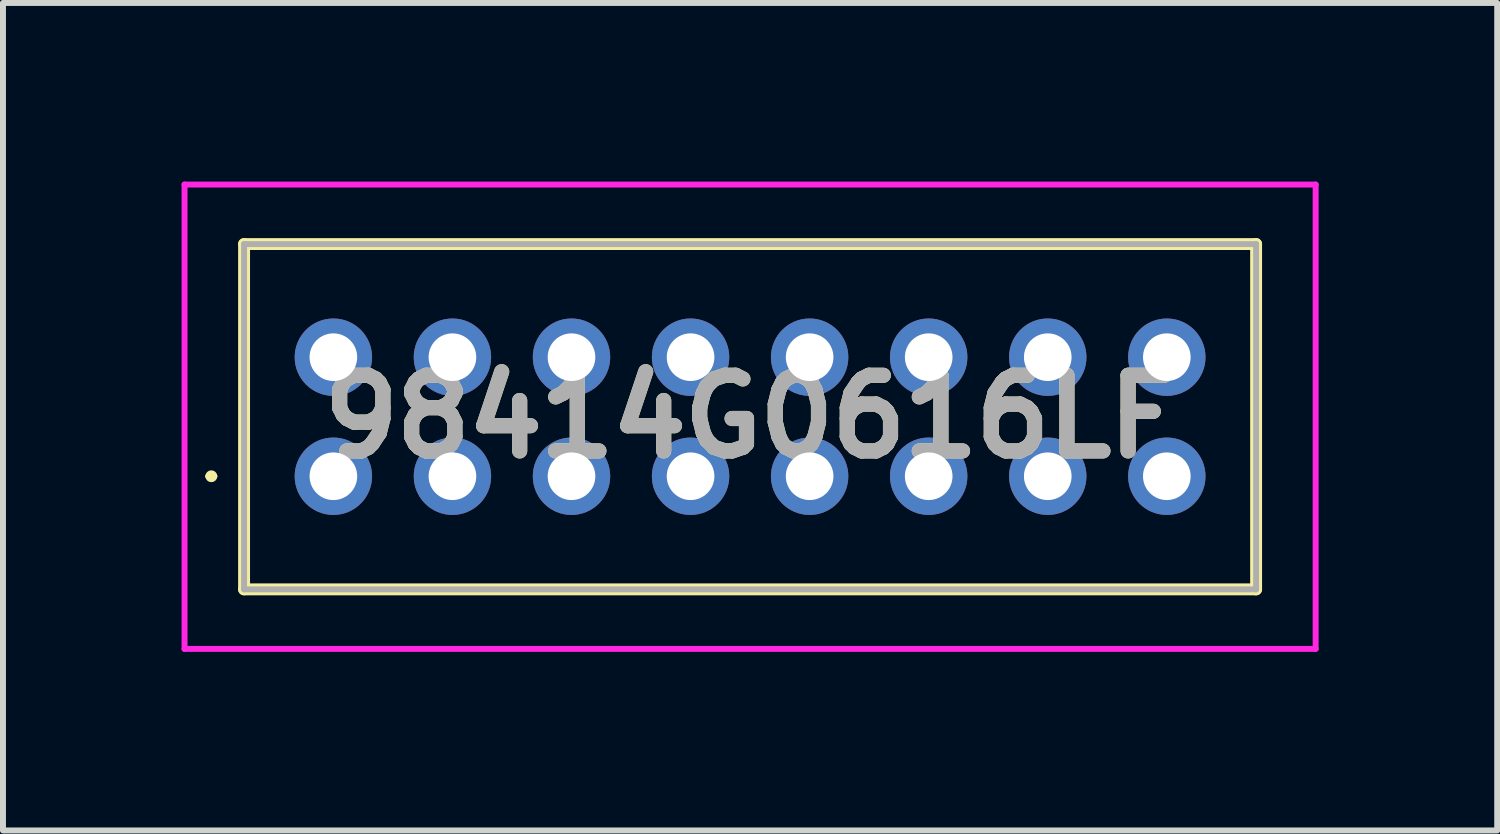
<source format=kicad_pcb>
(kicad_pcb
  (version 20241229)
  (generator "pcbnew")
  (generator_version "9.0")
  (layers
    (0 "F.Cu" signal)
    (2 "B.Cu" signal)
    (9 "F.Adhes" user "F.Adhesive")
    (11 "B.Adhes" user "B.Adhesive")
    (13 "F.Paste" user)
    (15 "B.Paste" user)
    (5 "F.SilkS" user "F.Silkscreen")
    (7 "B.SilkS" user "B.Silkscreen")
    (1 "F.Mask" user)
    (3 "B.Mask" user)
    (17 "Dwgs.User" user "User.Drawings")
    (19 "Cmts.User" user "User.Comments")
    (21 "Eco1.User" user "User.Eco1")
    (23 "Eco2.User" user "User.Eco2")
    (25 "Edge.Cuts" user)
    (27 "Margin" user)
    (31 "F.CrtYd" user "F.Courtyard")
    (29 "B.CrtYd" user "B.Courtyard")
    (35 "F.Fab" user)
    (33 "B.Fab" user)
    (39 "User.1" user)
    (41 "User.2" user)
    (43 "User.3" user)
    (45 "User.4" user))
  (footprint "98414G0616LF"
    (layer "F.Cu")
    (at 2.55 4.95)
    (property "Reference" "98414G0616LF" (at 7 -1 0) (layer "F.SilkS") (effects (font (size 1.27 1.27) (thickness 0.254))))
    (attr through_hole)
    (fp_line (start -2.1 0) (end -2.1 0) (stroke (width 0.1) (type solid)) (layer "F.SilkS"))
    (fp_line (start -2 0) (end -2 0) (stroke (width 0.1) (type solid)) (layer "F.SilkS"))
    (fp_line (start -1.5 -3.9) (end 15.5 -3.9) (stroke (width 0.2) (type solid)) (layer "F.SilkS"))
    (fp_line (start -1.5 1.9) (end -1.5 -3.9) (stroke (width 0.2) (type solid)) (layer "F.SilkS"))
    (fp_line (start 15.5 -3.9) (end 15.5 1.9) (stroke (width 0.2) (type solid)) (layer "F.SilkS"))
    (fp_line (start 15.5 1.9) (end -1.5 1.9) (stroke (width 0.2) (type solid)) (layer "F.SilkS"))
    (fp_arc (start -2.1 0) (mid -2.05 -0.05) (end -2 0) (stroke (width 0.1) (type solid)) (layer "F.SilkS"))
    (fp_arc (start -2 0) (mid -2.05 0.05) (end -2.1 0) (stroke (width 0.1) (type solid)) (layer "F.SilkS"))
    (fp_line (start -2.5 -4.9) (end 16.5 -4.9) (stroke (width 0.1) (type solid)) (layer "F.CrtYd"))
    (fp_line (start -2.5 2.9) (end -2.5 -4.9) (stroke (width 0.1) (type solid)) (layer "F.CrtYd"))
    (fp_line (start 16.5 -4.9) (end 16.5 2.9) (stroke (width 0.1) (type solid)) (layer "F.CrtYd"))
    (fp_line (start 16.5 2.9) (end -2.5 2.9) (stroke (width 0.1) (type solid)) (layer "F.CrtYd"))
    (fp_line (start -1.5 -3.9) (end 15.5 -3.9) (stroke (width 0.1) (type solid)) (layer "F.Fab"))
    (fp_line (start -1.5 1.9) (end -1.5 -3.9) (stroke (width 0.1) (type solid)) (layer "F.Fab"))
    (fp_line (start 15.5 -3.9) (end 15.5 1.9) (stroke (width 0.1) (type solid)) (layer "F.Fab"))
    (fp_line (start 15.5 1.9) (end -1.5 1.9) (stroke (width 0.1) (type solid)) (layer "F.Fab"))
    (fp_text user "${REFERENCE}" (at 7 -1 0) (layer "F.Fab") (effects (font (size 1.27 1.27) (thickness 0.254))))
    (pad "A1" thru_hole circle (at 0 0) (size 1.3 1.3) (drill 0.8) (layers "*.Cu" "*.Mask"))
    (pad "A2" thru_hole circle (at 2 0) (size 1.3 1.3) (drill 0.8) (layers "*.Cu" "*.Mask"))
    (pad "A3" thru_hole circle (at 4 0) (size 1.3 1.3) (drill 0.8) (layers "*.Cu" "*.Mask"))
    (pad "A4" thru_hole circle (at 6 0) (size 1.3 1.3) (drill 0.8) (layers "*.Cu" "*.Mask"))
    (pad "A5" thru_hole circle (at 8 0) (size 1.3 1.3) (drill 0.8) (layers "*.Cu" "*.Mask"))
    (pad "A6" thru_hole circle (at 10 0) (size 1.3 1.3) (drill 0.8) (layers "*.Cu" "*.Mask"))
    (pad "A7" thru_hole circle (at 12 0) (size 1.3 1.3) (drill 0.8) (layers "*.Cu" "*.Mask"))
    (pad "A8" thru_hole circle (at 14 0) (size 1.3 1.3) (drill 0.8) (layers "*.Cu" "*.Mask"))
    (pad "B1" thru_hole circle (at 0 -2) (size 1.3 1.3) (drill 0.8) (layers "*.Cu" "*.Mask"))
    (pad "B2" thru_hole circle (at 2 -2) (size 1.3 1.3) (drill 0.8) (layers "*.Cu" "*.Mask"))
    (pad "B3" thru_hole circle (at 4 -2) (size 1.3 1.3) (drill 0.8) (layers "*.Cu" "*.Mask"))
    (pad "B4" thru_hole circle (at 6 -2) (size 1.3 1.3) (drill 0.8) (layers "*.Cu" "*.Mask"))
    (pad "B5" thru_hole circle (at 8 -2) (size 1.3 1.3) (drill 0.8) (layers "*.Cu" "*.Mask"))
    (pad "B6" thru_hole circle (at 10 -2) (size 1.3 1.3) (drill 0.8) (layers "*.Cu" "*.Mask"))
    (pad "B7" thru_hole circle (at 12 -2) (size 1.3 1.3) (drill 0.8) (layers "*.Cu" "*.Mask"))
    (pad "B8" thru_hole circle (at 14 -2) (size 1.3 1.3) (drill 0.8) (layers "*.Cu" "*.Mask")))
  (gr_rect
    (start -3 -3)
    (end 22.1 10.9)
    (stroke (width 0.1) (type default))
    (fill no)
    (layer "Edge.Cuts")))
</source>
